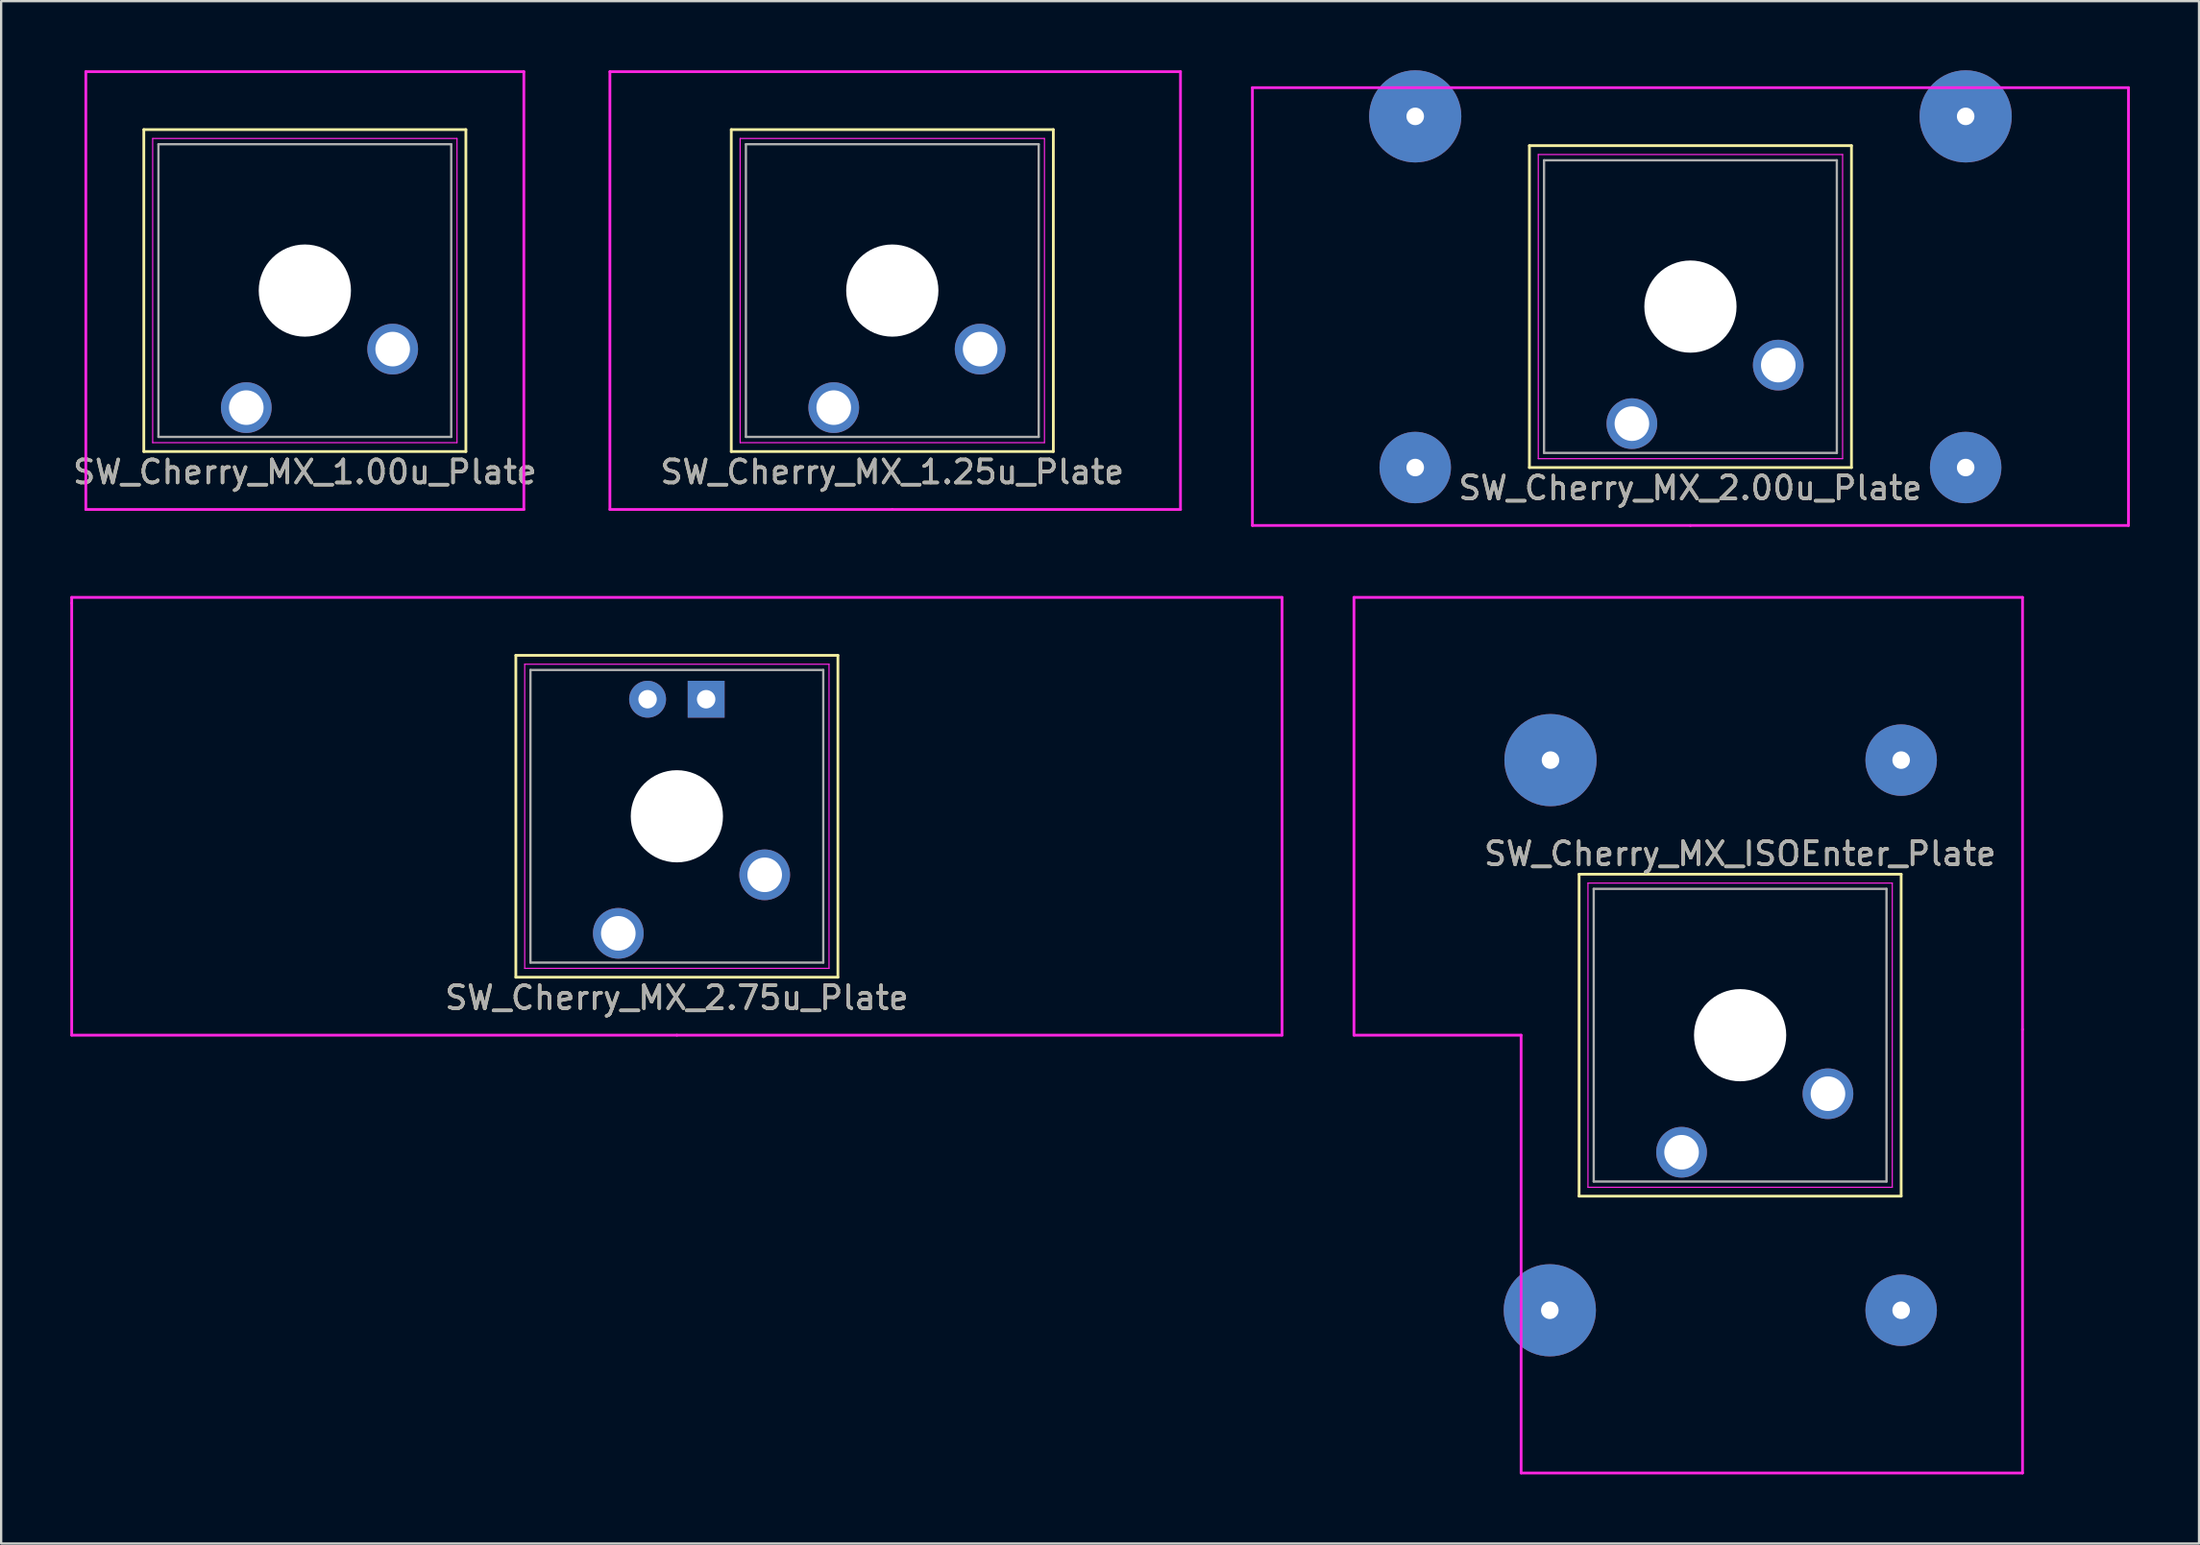
<source format=kicad_pcb>
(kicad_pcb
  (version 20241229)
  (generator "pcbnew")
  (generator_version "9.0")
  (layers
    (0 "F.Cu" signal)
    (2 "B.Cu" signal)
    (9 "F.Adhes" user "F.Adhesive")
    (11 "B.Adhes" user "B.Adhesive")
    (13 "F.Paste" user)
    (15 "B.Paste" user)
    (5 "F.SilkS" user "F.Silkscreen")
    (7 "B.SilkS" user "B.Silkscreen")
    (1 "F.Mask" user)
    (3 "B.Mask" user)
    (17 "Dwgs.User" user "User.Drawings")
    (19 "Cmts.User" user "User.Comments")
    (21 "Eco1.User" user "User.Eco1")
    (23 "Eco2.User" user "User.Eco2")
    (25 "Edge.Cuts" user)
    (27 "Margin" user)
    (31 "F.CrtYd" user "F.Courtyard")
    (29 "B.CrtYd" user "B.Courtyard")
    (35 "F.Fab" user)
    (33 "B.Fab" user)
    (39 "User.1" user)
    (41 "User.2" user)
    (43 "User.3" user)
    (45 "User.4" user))
  (footprint "SW_Cherry_MX_1.25u_Plate"
    (layer "F.Cu")
    (at 35.905 9.56)
    (property "Reference" "SW_Cherry_MX_1.25u_Plate" (at -0.25 7.874 180) (layer "F.SilkS") (effects (font (size 1 1) (thickness 0.15))))
    (attr through_hole)
    (fp_line (start -7.235 -6.985) (end 6.735 -6.985) (stroke (width 0.12) (type solid)) (layer "F.SilkS"))
    (fp_line (start -7.235 6.985) (end -7.235 -6.985) (stroke (width 0.12) (type solid)) (layer "F.SilkS"))
    (fp_line (start 6.735 -6.985) (end 6.735 6.985) (stroke (width 0.12) (type solid)) (layer "F.SilkS"))
    (fp_line (start 6.735 6.985) (end -7.235 6.985) (stroke (width 0.12) (type solid)) (layer "F.SilkS"))
    (fp_line (start -12.5 -9.5) (end 12.25 -9.5) (stroke (width 0.12) (type solid)) (layer "F.CrtYd"))
    (fp_line (start -12.5 9.5) (end -12.5 -9.5) (stroke (width 0.12) (type solid)) (layer "F.CrtYd"))
    (fp_line (start -6.85 -6.6) (end 6.35 -6.6) (stroke (width 0.05) (type solid)) (layer "F.CrtYd"))
    (fp_line (start -6.85 6.6) (end -6.85 -6.6) (stroke (width 0.05) (type solid)) (layer "F.CrtYd"))
    (fp_line (start -0.25 9.5) (end -12.5 9.5) (stroke (width 0.12) (type solid)) (layer "F.CrtYd"))
    (fp_line (start 6.35 -6.6) (end 6.35 6.6) (stroke (width 0.05) (type solid)) (layer "F.CrtYd"))
    (fp_line (start 6.35 6.6) (end -6.85 6.6) (stroke (width 0.05) (type solid)) (layer "F.CrtYd"))
    (fp_line (start 12.25 -9.5) (end 12.25 9.5) (stroke (width 0.12) (type solid)) (layer "F.CrtYd"))
    (fp_line (start 12.25 9.5) (end -0.25 9.5) (stroke (width 0.12) (type solid)) (layer "F.CrtYd"))
    (fp_line (start -6.6 -6.35) (end 6.1 -6.35) (stroke (width 0.1) (type solid)) (layer "F.Fab"))
    (fp_line (start -6.6 6.35) (end -6.6 -6.35) (stroke (width 0.1) (type solid)) (layer "F.Fab"))
    (fp_line (start 6.1 -6.35) (end 6.1 6.35) (stroke (width 0.1) (type solid)) (layer "F.Fab"))
    (fp_line (start 6.1 6.35) (end -6.6 6.35) (stroke (width 0.1) (type solid)) (layer "F.Fab"))
    (fp_text user "${REFERENCE}" (at -0.25 7.874 180) (layer "F.Fab") (effects (font (size 1 1) (thickness 0.15))))
    (pad "" np_thru_hole circle (at -0.25 0 90) (size 4 4) (drill 4) (layers "*.Cu" "*.Mask"))
    (pad "1" thru_hole circle (at 3.56 2.54 180) (size 2.2 2.2) (drill 1.5) (layers "*.Cu" "*.Mask"))
    (pad "2" thru_hole circle (at -2.79 5.08 180) (size 2.2 2.2) (drill 1.5) (layers "*.Cu" "*.Mask")))
  (footprint "SW_Cherry_MX_2.75u_Plate"
    (layer "F.Cu")
    (at 26.31 32.375)
    (property "Reference" "SW_Cherry_MX_2.75u_Plate" (at 0 7.874 180) (layer "F.SilkS") (effects (font (size 1 1) (thickness 0.15))))
    (attr through_hole)
    (fp_line (start -6.985 -6.985) (end 6.985 -6.985) (stroke (width 0.12) (type solid)) (layer "F.SilkS"))
    (fp_line (start -6.985 6.985) (end -6.985 -6.985) (stroke (width 0.12) (type solid)) (layer "F.SilkS"))
    (fp_line (start 6.985 -6.985) (end 6.985 6.985) (stroke (width 0.12) (type solid)) (layer "F.SilkS"))
    (fp_line (start 6.985 6.985) (end -6.985 6.985) (stroke (width 0.12) (type solid)) (layer "F.SilkS"))
    (fp_line (start -26.25 -9.5) (end -26.25 -9.25) (stroke (width 0.12) (type solid)) (layer "F.CrtYd"))
    (fp_line (start -26.25 9.5) (end -26.25 -9.25) (stroke (width 0.12) (type solid)) (layer "F.CrtYd"))
    (fp_line (start -6.6 -6.6) (end 6.6 -6.6) (stroke (width 0.05) (type solid)) (layer "F.CrtYd"))
    (fp_line (start -6.6 6.6) (end -6.6 -6.6) (stroke (width 0.05) (type solid)) (layer "F.CrtYd"))
    (fp_line (start 0 9.5) (end -26.25 9.5) (stroke (width 0.12) (type solid)) (layer "F.CrtYd"))
    (fp_line (start 6.6 -6.6) (end 6.6 6.6) (stroke (width 0.05) (type solid)) (layer "F.CrtYd"))
    (fp_line (start 6.6 6.6) (end -6.6 6.6) (stroke (width 0.05) (type solid)) (layer "F.CrtYd"))
    (fp_line (start 26.25 -9.5) (end -26.25 -9.5) (stroke (width 0.12) (type solid)) (layer "F.CrtYd"))
    (fp_line (start 26.25 -9.5) (end 26.25 9.5) (stroke (width 0.12) (type solid)) (layer "F.CrtYd"))
    (fp_line (start 26.25 9.5) (end 0 9.5) (stroke (width 0.12) (type solid)) (layer "F.CrtYd"))
    (fp_line (start -6.35 -6.35) (end 6.35 -6.35) (stroke (width 0.1) (type solid)) (layer "F.Fab"))
    (fp_line (start -6.35 6.35) (end -6.35 -6.35) (stroke (width 0.1) (type solid)) (layer "F.Fab"))
    (fp_line (start 6.35 -6.35) (end 6.35 6.35) (stroke (width 0.1) (type solid)) (layer "F.Fab"))
    (fp_line (start 6.35 6.35) (end -6.35 6.35) (stroke (width 0.1) (type solid)) (layer "F.Fab"))
    (fp_text user "${REFERENCE}" (at 0 7.874 180) (layer "F.Fab") (effects (font (size 1 1) (thickness 0.15))))
    (pad "" np_thru_hole circle (at 0 0 180) (size 4 4) (drill 4) (layers "*.Cu" "*.Mask"))
    (pad "1" thru_hole circle (at 3.81 2.54 180) (size 2.2 2.2) (drill 1.5) (layers "*.Cu" "*.Mask"))
    (pad "2" thru_hole rect (at 1.27 -5.08 180) (size 1.6 1.6) (drill 0.8) (layers "*.Cu" "*.Mask"))
    (pad "3" thru_hole circle (at -1.27 -5.08 180) (size 1.6 1.6) (drill 0.8) (layers "*.Cu" "*.Mask"))
    (pad "4" thru_hole circle (at -2.54 5.08 180) (size 2.2 2.2) (drill 1.5) (layers "*.Cu" "*.Mask")))
  (footprint "SW_Cherry_MX_ISOEnter_Plate"
    (layer "F.Cu")
    (at 72.43 41.875)
    (property "Reference" "SW_Cherry_MX_ISOEnter_Plate" (at 0 -7.874 0) (layer "F.SilkS") (effects (font (size 1 1) (thickness 0.15))))
    (attr through_hole)
    (fp_line (start -6.985 -6.985) (end 6.985 -6.985) (stroke (width 0.12) (type solid)) (layer "F.SilkS"))
    (fp_line (start -6.985 6.985) (end -6.985 -6.985) (stroke (width 0.12) (type solid)) (layer "F.SilkS"))
    (fp_line (start 6.985 -6.985) (end 6.985 6.985) (stroke (width 0.12) (type solid)) (layer "F.SilkS"))
    (fp_line (start 6.985 6.985) (end -6.985 6.985) (stroke (width 0.12) (type solid)) (layer "F.SilkS"))
    (fp_line (start -16.75 -19) (end -16.75 0) (stroke (width 0.12) (type solid)) (layer "F.CrtYd"))
    (fp_line (start -16.75 0) (end -9.5 0) (stroke (width 0.12) (type solid)) (layer "F.CrtYd"))
    (fp_line (start -9.5 19) (end -9.5 0) (stroke (width 0.12) (type solid)) (layer "F.CrtYd"))
    (fp_line (start -6.6 -6.6) (end 6.6 -6.6) (stroke (width 0.05) (type solid)) (layer "F.CrtYd"))
    (fp_line (start -6.6 6.6) (end -6.6 -6.6) (stroke (width 0.05) (type solid)) (layer "F.CrtYd"))
    (fp_line (start 6.6 -6.6) (end 6.6 6.6) (stroke (width 0.05) (type solid)) (layer "F.CrtYd"))
    (fp_line (start 6.6 6.6) (end -6.6 6.6) (stroke (width 0.05) (type solid)) (layer "F.CrtYd"))
    (fp_line (start 12.25 -19) (end -16.75 -19) (stroke (width 0.12) (type solid)) (layer "F.CrtYd"))
    (fp_line (start 12.25 -0.25) (end 12.25 -19) (stroke (width 0.12) (type solid)) (layer "F.CrtYd"))
    (fp_line (start 12.25 -0.25) (end 12.25 19) (stroke (width 0.12) (type solid)) (layer "F.CrtYd"))
    (fp_line (start 12.25 19) (end -9.5 19) (stroke (width 0.12) (type solid)) (layer "F.CrtYd"))
    (fp_line (start -6.35 -6.35) (end 6.35 -6.35) (stroke (width 0.1) (type solid)) (layer "F.Fab"))
    (fp_line (start -6.35 6.35) (end -6.35 -6.35) (stroke (width 0.1) (type solid)) (layer "F.Fab"))
    (fp_line (start 6.35 -6.35) (end 6.35 6.35) (stroke (width 0.1) (type solid)) (layer "F.Fab"))
    (fp_line (start 6.35 6.35) (end -6.35 6.35) (stroke (width 0.1) (type solid)) (layer "F.Fab"))
    (fp_text user "${REFERENCE}" (at 0 -7.874 0) (layer "F.Fab") (effects (font (size 1 1) (thickness 0.15))))
    (pad "" np_thru_hole circle (at -8.255 11.938) (size 4 4) (drill 0.762) (layers "*.Cu" "*.Mask"))
    (pad "" np_thru_hole circle (at -8.225 -11.938) (size 4 4) (drill 0.762) (layers "*.Cu" "*.Mask"))
    (pad "" np_thru_hole circle (at 0 0) (size 4 4) (drill 4) (layers "*.Cu" "*.Mask"))
    (pad "" np_thru_hole circle (at 6.985 -11.938) (size 3.1 3.1) (drill 0.762) (layers "*.Cu" "*.Mask"))
    (pad "" np_thru_hole circle (at 6.985 11.938) (size 3.1 3.1) (drill 0.762) (layers "*.Cu" "*.Mask"))
    (pad "1" thru_hole circle (at 3.81 2.54) (size 2.2 2.2) (drill 1.5) (layers "*.Cu" "*.Mask"))
    (pad "2" thru_hole circle (at -2.54 5.08) (size 2.2 2.2) (drill 1.5) (layers "*.Cu" "*.Mask")))
  (footprint "SW_Cherry_MX_2.00u_Plate"
    (layer "F.Cu")
    (at 70.275 10.255)
    (property "Reference" "SW_Cherry_MX_2.00u_Plate" (at 0 7.874 180) (layer "F.SilkS") (effects (font (size 1 1) (thickness 0.15))))
    (attr through_hole)
    (fp_line (start -6.985 -6.985) (end 6.985 -6.985) (stroke (width 0.12) (type solid)) (layer "F.SilkS"))
    (fp_line (start -6.985 6.985) (end -6.985 -6.985) (stroke (width 0.12) (type solid)) (layer "F.SilkS"))
    (fp_line (start 6.985 -6.985) (end 6.985 6.985) (stroke (width 0.12) (type solid)) (layer "F.SilkS"))
    (fp_line (start 6.985 6.985) (end -6.985 6.985) (stroke (width 0.12) (type solid)) (layer "F.SilkS"))
    (fp_line (start -19 -9.5) (end 19 -9.5) (stroke (width 0.12) (type solid)) (layer "F.CrtYd"))
    (fp_line (start -19 9.5) (end -19 -9.5) (stroke (width 0.12) (type solid)) (layer "F.CrtYd"))
    (fp_line (start -6.6 -6.6) (end 6.6 -6.6) (stroke (width 0.05) (type solid)) (layer "F.CrtYd"))
    (fp_line (start -6.6 6.6) (end -6.6 -6.6) (stroke (width 0.05) (type solid)) (layer "F.CrtYd"))
    (fp_line (start 0 9.5) (end -19 9.5) (stroke (width 0.12) (type solid)) (layer "F.CrtYd"))
    (fp_line (start 6.6 -6.6) (end 6.6 6.6) (stroke (width 0.05) (type solid)) (layer "F.CrtYd"))
    (fp_line (start 6.6 6.6) (end -6.6 6.6) (stroke (width 0.05) (type solid)) (layer "F.CrtYd"))
    (fp_line (start 19 -9.5) (end 19 9.5) (stroke (width 0.12) (type solid)) (layer "F.CrtYd"))
    (fp_line (start 19 9.5) (end 0 9.5) (stroke (width 0.12) (type solid)) (layer "F.CrtYd"))
    (fp_line (start -6.35 -6.35) (end 6.35 -6.35) (stroke (width 0.1) (type solid)) (layer "F.Fab"))
    (fp_line (start -6.35 6.35) (end -6.35 -6.35) (stroke (width 0.1) (type solid)) (layer "F.Fab"))
    (fp_line (start 6.35 -6.35) (end 6.35 6.35) (stroke (width 0.1) (type solid)) (layer "F.Fab"))
    (fp_line (start 6.35 6.35) (end -6.35 6.35) (stroke (width 0.1) (type solid)) (layer "F.Fab"))
    (fp_text user "${REFERENCE}" (at 0 7.874 180) (layer "F.Fab") (effects (font (size 1 1) (thickness 0.15))))
    (pad "" np_thru_hole circle (at -11.938 -8.255) (size 4 4) (drill 0.762) (layers "*.Cu" "*.Mask"))
    (pad "" np_thru_hole circle (at -11.938 6.985) (size 3.1 3.1) (drill 0.762) (layers "*.Cu" "*.Mask"))
    (pad "" np_thru_hole circle (at 0 0 180) (size 4 4) (drill 4) (layers "*.Cu" "*.Mask"))
    (pad "" np_thru_hole circle (at 11.938 -8.255) (size 4 4) (drill 0.762) (layers "*.Cu" "*.Mask"))
    (pad "" np_thru_hole circle (at 11.938 6.985) (size 3.1 3.1) (drill 0.762) (layers "*.Cu" "*.Mask"))
    (pad "1" thru_hole circle (at 3.81 2.54 180) (size 2.2 2.2) (drill 1.5) (layers "*.Cu" "*.Mask"))
    (pad "2" thru_hole circle (at -2.54 5.08 180) (size 2.2 2.2) (drill 1.5) (layers "*.Cu" "*.Mask")))
  (footprint "SW_Cherry_MX_1.00u_Plate"
    (layer "F.Cu")
    (at 10.173 9.56)
    (property "Reference" "SW_Cherry_MX_1.00u_Plate" (at 0 7.874 180) (layer "F.SilkS") (effects (font (size 1 1) (thickness 0.15))))
    (attr through_hole)
    (fp_line (start -6.985 -6.985) (end 6.985 -6.985) (stroke (width 0.12) (type solid)) (layer "F.SilkS"))
    (fp_line (start -6.985 6.985) (end -6.985 -6.985) (stroke (width 0.12) (type solid)) (layer "F.SilkS"))
    (fp_line (start 6.985 -6.985) (end 6.985 6.985) (stroke (width 0.12) (type solid)) (layer "F.SilkS"))
    (fp_line (start 6.985 6.985) (end -6.985 6.985) (stroke (width 0.12) (type solid)) (layer "F.SilkS"))
    (fp_line (start -9.5 -9.5) (end -9.5 9.5) (stroke (width 0.12) (type solid)) (layer "F.CrtYd"))
    (fp_line (start -9.5 9.5) (end 9.5 9.5) (stroke (width 0.12) (type solid)) (layer "F.CrtYd"))
    (fp_line (start -6.6 -6.6) (end 6.6 -6.6) (stroke (width 0.05) (type solid)) (layer "F.CrtYd"))
    (fp_line (start -6.6 6.6) (end -6.6 -6.6) (stroke (width 0.05) (type solid)) (layer "F.CrtYd"))
    (fp_line (start 6.6 -6.6) (end 6.6 6.6) (stroke (width 0.05) (type solid)) (layer "F.CrtYd"))
    (fp_line (start 6.6 6.6) (end -6.6 6.6) (stroke (width 0.05) (type solid)) (layer "F.CrtYd"))
    (fp_line (start 9.5 -9.5) (end -9.5 -9.5) (stroke (width 0.12) (type solid)) (layer "F.CrtYd"))
    (fp_line (start 9.5 9.5) (end 9.5 -9.5) (stroke (width 0.12) (type solid)) (layer "F.CrtYd"))
    (fp_line (start -6.35 -6.35) (end 6.35 -6.35) (stroke (width 0.1) (type solid)) (layer "F.Fab"))
    (fp_line (start -6.35 6.35) (end -6.35 -6.35) (stroke (width 0.1) (type solid)) (layer "F.Fab"))
    (fp_line (start 6.35 -6.35) (end 6.35 6.35) (stroke (width 0.1) (type solid)) (layer "F.Fab"))
    (fp_line (start 6.35 6.35) (end -6.35 6.35) (stroke (width 0.1) (type solid)) (layer "F.Fab"))
    (fp_text user "${REFERENCE}" (at 0 7.874 180) (layer "F.Fab") (effects (font (size 1 1) (thickness 0.15))))
    (pad "" np_thru_hole circle (at 0 0 180) (size 4 4) (drill 4) (layers "*.Cu" "*.Mask"))
    (pad "1" thru_hole circle (at 3.81 2.54 180) (size 2.2 2.2) (drill 1.5) (layers "*.Cu" "*.Mask"))
    (pad "2" thru_hole circle (at -2.54 5.08 180) (size 2.2 2.2) (drill 1.5) (layers "*.Cu" "*.Mask")))
  (gr_rect
    (start -3 -3)
    (end 92.335 63.935)
    (stroke (width 0.1) (type default))
    (fill no)
    (layer "Edge.Cuts")))
</source>
